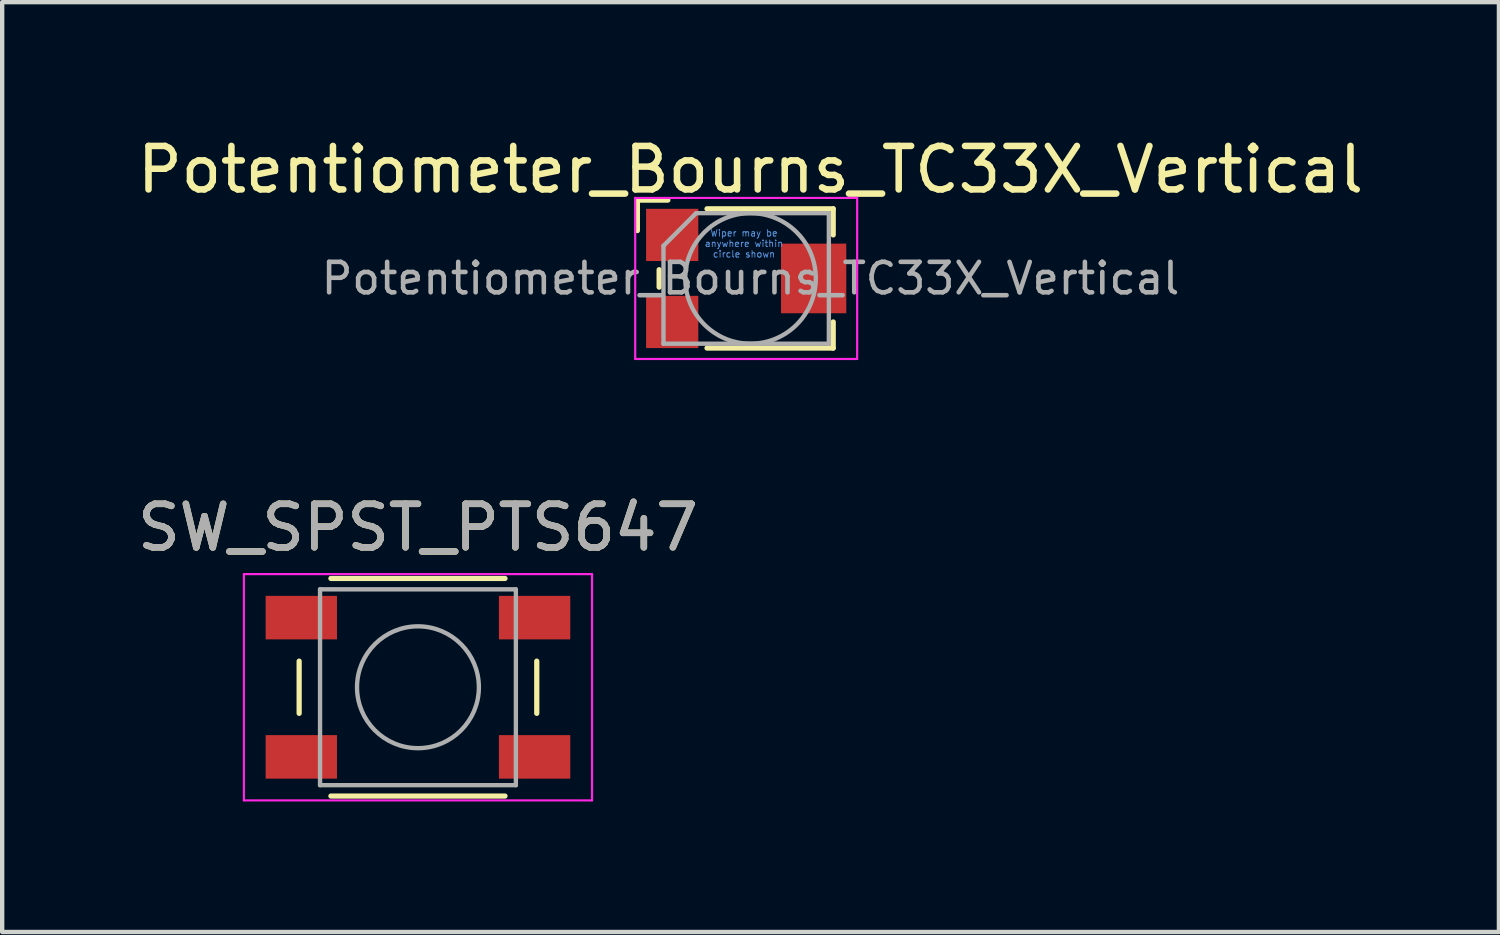
<source format=kicad_pcb>
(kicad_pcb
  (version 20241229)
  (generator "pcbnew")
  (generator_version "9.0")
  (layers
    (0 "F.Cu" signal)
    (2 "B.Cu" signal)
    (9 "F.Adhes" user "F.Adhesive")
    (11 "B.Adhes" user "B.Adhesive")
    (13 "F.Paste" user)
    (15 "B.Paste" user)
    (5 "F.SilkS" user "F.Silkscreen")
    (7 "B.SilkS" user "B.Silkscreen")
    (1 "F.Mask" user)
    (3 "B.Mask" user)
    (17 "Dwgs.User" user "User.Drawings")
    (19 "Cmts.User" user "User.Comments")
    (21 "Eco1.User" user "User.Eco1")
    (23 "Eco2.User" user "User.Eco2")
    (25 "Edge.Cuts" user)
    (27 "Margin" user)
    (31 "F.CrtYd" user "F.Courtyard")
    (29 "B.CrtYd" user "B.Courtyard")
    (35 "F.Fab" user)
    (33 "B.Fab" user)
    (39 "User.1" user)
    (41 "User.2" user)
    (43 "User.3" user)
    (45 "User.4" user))
  (footprint "SW_SPST_PTS647"
    (layer "F.Cu")
    (at 6.554 12.742)
    (property "Reference" "SW_SPST_PTS647" (at 0 -3.67 0) (layer "F.SilkS") (effects (font (size 1 1) (thickness 0.15))))
    (attr smd)
    (fp_line (start -2.73 -0.6) (end -2.73 0.6) (stroke (width 0.12) (type solid)) (layer "F.SilkS"))
    (fp_line (start -2 -2.5) (end 2 -2.5) (stroke (width 0.12) (type solid)) (layer "F.SilkS"))
    (fp_line (start -2 2.5) (end 2 2.5) (stroke (width 0.12) (type solid)) (layer "F.SilkS"))
    (fp_line (start 2.73 -0.6) (end 2.73 0.6) (stroke (width 0.12) (type solid)) (layer "F.SilkS"))
    (fp_line (start -4 -2.6) (end -4 2.6) (stroke (width 0.05) (type solid)) (layer "F.CrtYd"))
    (fp_line (start -4 -2.6) (end 4 -2.6) (stroke (width 0.05) (type solid)) (layer "F.CrtYd"))
    (fp_line (start -4 2.6) (end 4 2.6) (stroke (width 0.05) (type solid)) (layer "F.CrtYd"))
    (fp_line (start 4 2.6) (end 4 -2.6) (stroke (width 0.05) (type solid)) (layer "F.CrtYd"))
    (fp_line (start -2.25 -2.25) (end -2.25 2.25) (stroke (width 0.1) (type solid)) (layer "F.Fab"))
    (fp_line (start -2.25 2.25) (end 2.25 2.25) (stroke (width 0.1) (type solid)) (layer "F.Fab"))
    (fp_line (start 2.25 -2.25) (end -2.25 -2.25) (stroke (width 0.1) (type solid)) (layer "F.Fab"))
    (fp_line (start 2.25 2.25) (end 2.25 -2.25) (stroke (width 0.1) (type solid)) (layer "F.Fab"))
    (fp_circle (center 0 0) (end 1.4 0) (stroke (width 0.1) (type solid)) (fill no) (layer "F.Fab"))
    (fp_text user "${REFERENCE}" (at 0 -3.67 0) (layer "F.Fab") (effects (font (size 1 1) (thickness 0.15))))
    (pad "1" smd rect (at -2.68 -1.6) (size 1.64 1) (layers "F.Cu" "F.Mask" "F.Paste"))
    (pad "1" smd rect (at 2.68 -1.6) (size 1.64 1) (layers "F.Cu" "F.Mask" "F.Paste"))
    (pad "2" smd rect (at -2.68 1.6) (size 1.64 1) (layers "F.Cu" "F.Mask" "F.Paste"))
    (pad "2" smd rect (at 2.68 1.6) (size 1.64 1) (layers "F.Cu" "F.Mask" "F.Paste")))
  (footprint "Potentiometer_Bourns_TC33X_Vertical"
    (layer "F.Cu")
    (at 14.196 3.348)
    (property "Reference" "Potentiometer_Bourns_TC33X_Vertical" (at 0 -2.5 0) (layer "F.SilkS") (effects (font (size 1 1) (thickness 0.15))))
    (attr smd)
    (fp_line (start -2.6 -1.8) (end -2.6 -1.1) (stroke (width 0.12) (type solid)) (layer "F.SilkS"))
    (fp_line (start -2.1 -0.2) (end -2.1 0.2) (stroke (width 0.12) (type solid)) (layer "F.SilkS"))
    (fp_line (start -1.9 -1.8) (end -2.6 -1.8) (stroke (width 0.12) (type solid)) (layer "F.SilkS"))
    (fp_line (start -1 -1.6) (end 1.9 -1.6) (stroke (width 0.12) (type solid)) (layer "F.SilkS"))
    (fp_line (start -1 1.6) (end 1.9 1.6) (stroke (width 0.12) (type solid)) (layer "F.SilkS"))
    (fp_line (start 1.9 -1.6) (end 1.9 -1) (stroke (width 0.12) (type solid)) (layer "F.SilkS"))
    (fp_line (start 1.9 1.6) (end 1.9 1) (stroke (width 0.12) (type solid)) (layer "F.SilkS"))
    (fp_line (start -2.65 -1.85) (end 2.45 -1.85) (stroke (width 0.05) (type solid)) (layer "F.CrtYd"))
    (fp_line (start -2.65 1.85) (end -2.65 -1.85) (stroke (width 0.05) (type solid)) (layer "F.CrtYd"))
    (fp_line (start 2.45 -1.85) (end 2.45 1.85) (stroke (width 0.05) (type solid)) (layer "F.CrtYd"))
    (fp_line (start 2.45 1.85) (end -2.65 1.85) (stroke (width 0.05) (type solid)) (layer "F.CrtYd"))
    (fp_line (start -2 -0.75) (end -2 1.5) (stroke (width 0.1) (type solid)) (layer "F.Fab"))
    (fp_line (start -2 1.5) (end 1.8 1.5) (stroke (width 0.1) (type solid)) (layer "F.Fab"))
    (fp_line (start -1.25 -1.5) (end -2 -0.75) (stroke (width 0.1) (type solid)) (layer "F.Fab"))
    (fp_line (start 1.8 -1.5) (end -1.25 -1.5) (stroke (width 0.1) (type solid)) (layer "F.Fab"))
    (fp_line (start 1.8 1.5) (end 1.8 -1.5) (stroke (width 0.1) (type solid)) (layer "F.Fab"))
    (fp_circle (center 0 0) (end 1.5 0) (stroke (width 0.1) (type solid)) (fill no) (layer "F.Fab"))
    (fp_text user "Wiper may be\nanywhere within\ncircle shown" (at -0.15 -0.8 0) (layer "Cmts.User") (effects (font (size 0.15 0.15) (thickness 0.02))))
    (fp_text user "${REFERENCE}" (at 0 0 0) (layer "F.Fab") (effects (font (size 0.7 0.7) (thickness 0.105))))
    (pad "1" smd rect (at -1.8 -1) (size 1.2 1.2) (layers "F.Cu" "F.Mask" "F.Paste"))
    (pad "2" smd rect (at 1.45 0) (size 1.5 1.6) (layers "F.Cu" "F.Mask" "F.Paste"))
    (pad "3" smd rect (at -1.8 1) (size 1.2 1.2) (layers "F.Cu" "F.Mask" "F.Paste")))
  (gr_rect
    (start -3 -3)
    (end 31.393 18.366)
    (stroke (width 0.1) (type default))
    (fill no)
    (layer "Edge.Cuts")))
</source>
